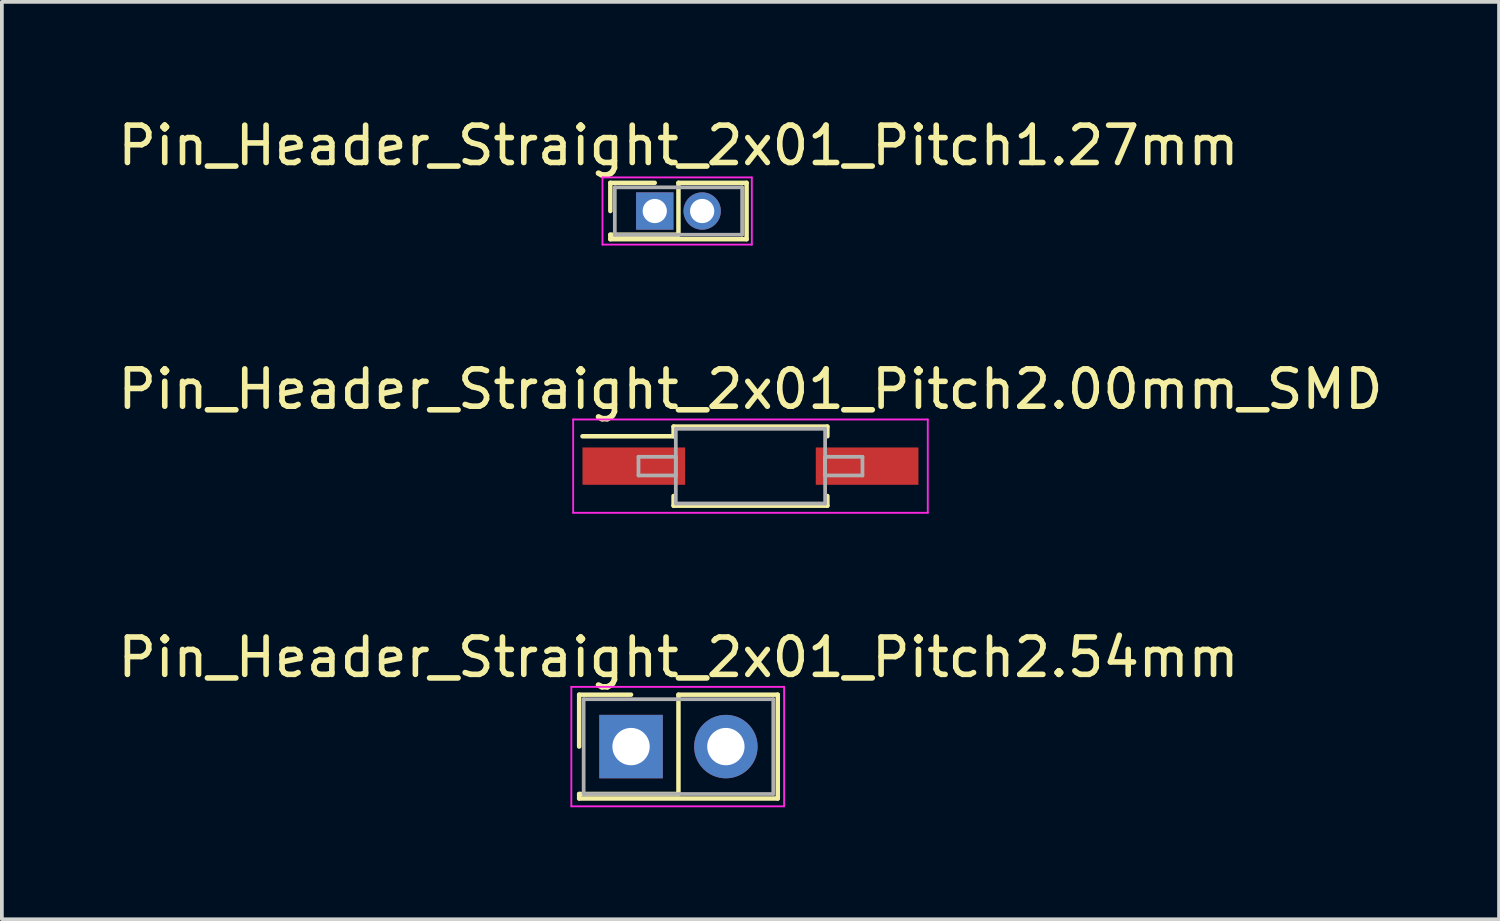
<source format=kicad_pcb>
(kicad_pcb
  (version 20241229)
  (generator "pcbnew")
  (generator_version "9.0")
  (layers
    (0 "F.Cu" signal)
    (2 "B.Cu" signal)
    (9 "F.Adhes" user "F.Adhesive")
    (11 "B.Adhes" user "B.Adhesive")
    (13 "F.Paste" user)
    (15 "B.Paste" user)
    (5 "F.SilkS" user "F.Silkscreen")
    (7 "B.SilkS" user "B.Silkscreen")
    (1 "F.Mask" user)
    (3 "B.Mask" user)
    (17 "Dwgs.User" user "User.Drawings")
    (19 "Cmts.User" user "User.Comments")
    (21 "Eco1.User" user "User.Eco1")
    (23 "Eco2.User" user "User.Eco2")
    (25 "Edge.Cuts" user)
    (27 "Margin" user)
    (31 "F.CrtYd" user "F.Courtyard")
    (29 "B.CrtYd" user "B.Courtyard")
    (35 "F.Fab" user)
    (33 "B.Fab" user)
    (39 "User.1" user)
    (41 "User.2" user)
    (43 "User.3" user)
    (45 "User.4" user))
  (footprint "Pin_Header_Straight_2x01_Pitch2.00mm_SMD"
    (layer "F.Cu")
    (at 17.054 9.437)
    (property "Reference" "Pin_Header_Straight_2x01_Pitch2.00mm_SMD" (at 0 -2.06 0) (layer "F.SilkS") (effects (font (size 1 1) (thickness 0.15))))
    (attr smd)
    (fp_line (start -4.5 -0.8) (end -2.06 -0.8) (stroke (width 0.12) (type solid)) (layer "F.SilkS"))
    (fp_line (start -2.06 -1.06) (end 2.06 -1.06) (stroke (width 0.12) (type solid)) (layer "F.SilkS"))
    (fp_line (start -2.06 -0.8) (end -2.06 -1.06) (stroke (width 0.12) (type solid)) (layer "F.SilkS"))
    (fp_line (start -2.06 0.8) (end -2.06 1.06) (stroke (width 0.12) (type solid)) (layer "F.SilkS"))
    (fp_line (start -2.06 1.06) (end 2.06 1.06) (stroke (width 0.12) (type solid)) (layer "F.SilkS"))
    (fp_line (start 2.06 -1.06) (end 2.06 -0.8) (stroke (width 0.12) (type solid)) (layer "F.SilkS"))
    (fp_line (start 2.06 1.06) (end 2.06 0.8) (stroke (width 0.12) (type solid)) (layer "F.SilkS"))
    (fp_line (start -4.75 -1.25) (end -4.75 1.25) (stroke (width 0.05) (type solid)) (layer "F.CrtYd"))
    (fp_line (start -4.75 1.25) (end 4.75 1.25) (stroke (width 0.05) (type solid)) (layer "F.CrtYd"))
    (fp_line (start 4.75 -1.25) (end -4.75 -1.25) (stroke (width 0.05) (type solid)) (layer "F.CrtYd"))
    (fp_line (start 4.75 1.25) (end 4.75 -1.25) (stroke (width 0.05) (type solid)) (layer "F.CrtYd"))
    (fp_line (start -3 -0.25) (end -2 -0.25) (stroke (width 0.1) (type solid)) (layer "F.Fab"))
    (fp_line (start -3 0.25) (end -3 -0.25) (stroke (width 0.1) (type solid)) (layer "F.Fab"))
    (fp_line (start -2 -1) (end -2 1) (stroke (width 0.1) (type solid)) (layer "F.Fab"))
    (fp_line (start -2 -0.25) (end -2 0.25) (stroke (width 0.1) (type solid)) (layer "F.Fab"))
    (fp_line (start -2 0.25) (end -3 0.25) (stroke (width 0.1) (type solid)) (layer "F.Fab"))
    (fp_line (start -2 1) (end 2 1) (stroke (width 0.1) (type solid)) (layer "F.Fab"))
    (fp_line (start 2 -1) (end -2 -1) (stroke (width 0.1) (type solid)) (layer "F.Fab"))
    (fp_line (start 2 -0.25) (end 2 0.25) (stroke (width 0.1) (type solid)) (layer "F.Fab"))
    (fp_line (start 2 0.25) (end 3 0.25) (stroke (width 0.1) (type solid)) (layer "F.Fab"))
    (fp_line (start 2 1) (end 2 -1) (stroke (width 0.1) (type solid)) (layer "F.Fab"))
    (fp_line (start 3 -0.25) (end 2 -0.25) (stroke (width 0.1) (type solid)) (layer "F.Fab"))
    (fp_line (start 3 0.25) (end 3 -0.25) (stroke (width 0.1) (type solid)) (layer "F.Fab"))
    (pad "1" smd rect (at -3.125 0) (size 2.75 1) (layers "F.Cu" "F.Mask"))
    (pad "2" smd rect (at 3.125 0) (size 2.75 1) (layers "F.Cu" "F.Mask")))
  (footprint "Pin_Header_Straight_2x01_Pitch2.54mm"
    (layer "F.Cu")
    (at 13.855 16.95)
    (property "Reference" "Pin_Header_Straight_2x01_Pitch2.54mm" (at 1.27 -2.39 0) (layer "F.SilkS") (effects (font (size 1 1) (thickness 0.15))))
    (attr through_hole)
    (fp_line (start -1.39 -1.39) (end 0 -1.39) (stroke (width 0.12) (type solid)) (layer "F.SilkS"))
    (fp_line (start -1.39 0) (end -1.39 -1.39) (stroke (width 0.12) (type solid)) (layer "F.SilkS"))
    (fp_line (start -1.39 1.27) (end -1.39 1.39) (stroke (width 0.12) (type solid)) (layer "F.SilkS"))
    (fp_line (start -1.39 1.39) (end 3.93 1.39) (stroke (width 0.12) (type solid)) (layer "F.SilkS"))
    (fp_line (start 1.27 -1.39) (end 1.27 1.27) (stroke (width 0.12) (type solid)) (layer "F.SilkS"))
    (fp_line (start 1.27 1.27) (end -1.39 1.27) (stroke (width 0.12) (type solid)) (layer "F.SilkS"))
    (fp_line (start 3.93 -1.39) (end 1.27 -1.39) (stroke (width 0.12) (type solid)) (layer "F.SilkS"))
    (fp_line (start 3.93 1.39) (end 3.93 -1.39) (stroke (width 0.12) (type solid)) (layer "F.SilkS"))
    (fp_line (start -1.6 -1.6) (end -1.6 1.6) (stroke (width 0.05) (type solid)) (layer "F.CrtYd"))
    (fp_line (start -1.6 1.6) (end 4.1 1.6) (stroke (width 0.05) (type solid)) (layer "F.CrtYd"))
    (fp_line (start 4.1 -1.6) (end -1.6 -1.6) (stroke (width 0.05) (type solid)) (layer "F.CrtYd"))
    (fp_line (start 4.1 1.6) (end 4.1 -1.6) (stroke (width 0.05) (type solid)) (layer "F.CrtYd"))
    (fp_line (start -1.27 -1.27) (end -1.27 1.27) (stroke (width 0.1) (type solid)) (layer "F.Fab"))
    (fp_line (start -1.27 1.27) (end 3.81 1.27) (stroke (width 0.1) (type solid)) (layer "F.Fab"))
    (fp_line (start 3.81 -1.27) (end -1.27 -1.27) (stroke (width 0.1) (type solid)) (layer "F.Fab"))
    (fp_line (start 3.81 1.27) (end 3.81 -1.27) (stroke (width 0.1) (type solid)) (layer "F.Fab"))
    (pad "1" thru_hole rect (at 0 0) (size 1.7 1.7) (drill 1) (layers "*.Cu" "*.Mask"))
    (pad "2" thru_hole oval (at 2.54 0) (size 1.7 1.7) (drill 1) (layers "*.Cu" "*.Mask")))
  (footprint "Pin_Header_Straight_2x01_Pitch1.27mm"
    (layer "F.Cu")
    (at 14.49 2.603)
    (property "Reference" "Pin_Header_Straight_2x01_Pitch1.27mm" (at 0.635 -1.755 0) (layer "F.SilkS") (effects (font (size 1 1) (thickness 0.15))))
    (attr through_hole)
    (fp_line (start -1.19 -0.755) (end 0 -0.755) (stroke (width 0.12) (type solid)) (layer "F.SilkS"))
    (fp_line (start -1.19 0) (end -1.19 -0.755) (stroke (width 0.12) (type solid)) (layer "F.SilkS"))
    (fp_line (start -1.19 0.635) (end -1.19 0.755) (stroke (width 0.12) (type solid)) (layer "F.SilkS"))
    (fp_line (start -1.19 0.755) (end 2.46 0.755) (stroke (width 0.12) (type solid)) (layer "F.SilkS"))
    (fp_line (start 0.635 -0.755) (end 0.635 0.635) (stroke (width 0.12) (type solid)) (layer "F.SilkS"))
    (fp_line (start 0.635 0.635) (end -1.19 0.635) (stroke (width 0.12) (type solid)) (layer "F.SilkS"))
    (fp_line (start 2.46 -0.755) (end 0.635 -0.755) (stroke (width 0.12) (type solid)) (layer "F.SilkS"))
    (fp_line (start 2.46 0.755) (end 2.46 -0.755) (stroke (width 0.12) (type solid)) (layer "F.SilkS"))
    (fp_line (start -1.4 -0.9) (end -1.4 0.9) (stroke (width 0.05) (type solid)) (layer "F.CrtYd"))
    (fp_line (start -1.4 0.9) (end 2.6 0.9) (stroke (width 0.05) (type solid)) (layer "F.CrtYd"))
    (fp_line (start 2.6 -0.9) (end -1.4 -0.9) (stroke (width 0.05) (type solid)) (layer "F.CrtYd"))
    (fp_line (start 2.6 0.9) (end 2.6 -0.9) (stroke (width 0.05) (type solid)) (layer "F.CrtYd"))
    (fp_line (start -1.07 -0.635) (end -1.07 0.635) (stroke (width 0.1) (type solid)) (layer "F.Fab"))
    (fp_line (start -1.07 0.635) (end 2.34 0.635) (stroke (width 0.1) (type solid)) (layer "F.Fab"))
    (fp_line (start 2.34 -0.635) (end -1.07 -0.635) (stroke (width 0.1) (type solid)) (layer "F.Fab"))
    (fp_line (start 2.34 0.635) (end 2.34 -0.635) (stroke (width 0.1) (type solid)) (layer "F.Fab"))
    (pad "1" thru_hole rect (at 0 0) (size 1 1) (drill 0.65) (layers "*.Cu" "*.Mask"))
    (pad "2" thru_hole oval (at 1.27 0) (size 1 1) (drill 0.65) (layers "*.Cu" "*.Mask")))
  (gr_rect
    (start -3 -3)
    (end 37.107 21.575)
    (stroke (width 0.1) (type default))
    (fill no)
    (layer "Edge.Cuts")))
</source>
